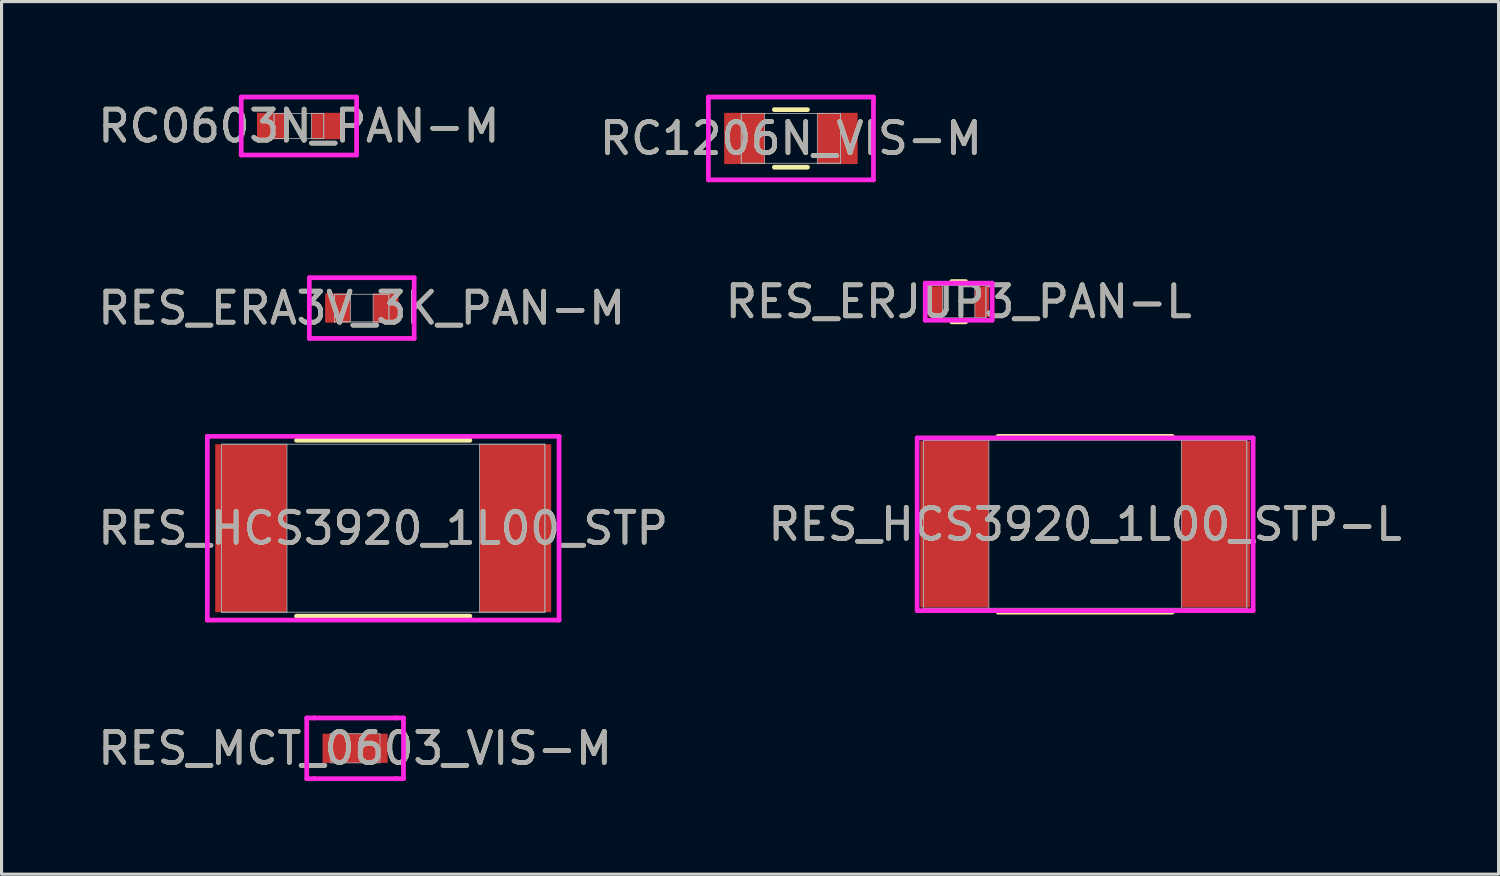
<source format=kicad_pcb>
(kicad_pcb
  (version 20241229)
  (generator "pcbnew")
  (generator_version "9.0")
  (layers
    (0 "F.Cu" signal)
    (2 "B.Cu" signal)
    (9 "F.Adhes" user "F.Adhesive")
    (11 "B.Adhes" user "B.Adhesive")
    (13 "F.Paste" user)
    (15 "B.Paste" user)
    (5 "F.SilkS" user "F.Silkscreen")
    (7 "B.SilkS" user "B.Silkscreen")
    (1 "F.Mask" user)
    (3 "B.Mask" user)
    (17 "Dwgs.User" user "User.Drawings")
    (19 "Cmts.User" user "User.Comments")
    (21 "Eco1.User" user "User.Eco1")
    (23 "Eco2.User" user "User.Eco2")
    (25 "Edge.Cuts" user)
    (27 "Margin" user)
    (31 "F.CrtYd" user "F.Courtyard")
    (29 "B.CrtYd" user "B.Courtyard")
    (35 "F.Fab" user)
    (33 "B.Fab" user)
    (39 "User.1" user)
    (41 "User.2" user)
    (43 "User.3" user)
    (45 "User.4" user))
  (footprint "RC1206N_VIS-M"
    (layer "F.Cu")
    (at 22.423 1.409)
    (property "Reference" "RC1206N_VIS-M" (at 0 0 0) (unlocked yes) (layer "F.SilkS") (effects (font (size 1 1) (thickness 0.15))))
    (attr smd)
    (fp_line (start -0.533 0.927) (end 0.533 0.927) (stroke (width 0.152) (type solid)) (layer "F.SilkS"))
    (fp_line (start 0.533 -0.927) (end -0.533 -0.927) (stroke (width 0.152) (type solid)) (layer "F.SilkS"))
    (fp_line (start -2.658 -1.333) (end 2.658 -1.333) (stroke (width 0.152) (type solid)) (layer "F.CrtYd"))
    (fp_line (start -2.658 1.333) (end -2.658 -1.333) (stroke (width 0.152) (type solid)) (layer "F.CrtYd"))
    (fp_line (start 2.658 -1.333) (end 2.658 1.333) (stroke (width 0.152) (type solid)) (layer "F.CrtYd"))
    (fp_line (start 2.658 1.333) (end -2.658 1.333) (stroke (width 0.152) (type solid)) (layer "F.CrtYd"))
    (fp_line (start -1.6 -0.8) (end -1.6 0.8) (stroke (width 0.025) (type solid)) (layer "F.Fab"))
    (fp_line (start -1.6 -0.8) (end -1.6 0.8) (stroke (width 0.025) (type solid)) (layer "F.Fab"))
    (fp_line (start -1.6 0.8) (end -0.85 0.8) (stroke (width 0.025) (type solid)) (layer "F.Fab"))
    (fp_line (start -1.6 0.8) (end 1.6 0.8) (stroke (width 0.025) (type solid)) (layer "F.Fab"))
    (fp_line (start -0.85 -0.8) (end -1.6 -0.8) (stroke (width 0.025) (type solid)) (layer "F.Fab"))
    (fp_line (start -0.85 0.8) (end -0.85 -0.8) (stroke (width 0.025) (type solid)) (layer "F.Fab"))
    (fp_line (start 0.85 -0.8) (end 0.85 0.8) (stroke (width 0.025) (type solid)) (layer "F.Fab"))
    (fp_line (start 0.85 0.8) (end 1.6 0.8) (stroke (width 0.025) (type solid)) (layer "F.Fab"))
    (fp_line (start 1.6 -0.8) (end -1.6 -0.8) (stroke (width 0.025) (type solid)) (layer "F.Fab"))
    (fp_line (start 1.6 -0.8) (end 0.85 -0.8) (stroke (width 0.025) (type solid)) (layer "F.Fab"))
    (fp_line (start 1.6 0.8) (end 1.6 -0.8) (stroke (width 0.025) (type solid)) (layer "F.Fab"))
    (fp_line (start 1.6 0.8) (end 1.6 -0.8) (stroke (width 0.025) (type solid)) (layer "F.Fab"))
    (fp_text user "${REFERENCE}" (at 0 0 0) (unlocked yes) (layer "F.Fab") (effects (font (size 1 1) (thickness 0.15))))
    (pad "1" smd rect (at -1.5 0) (size 1.3 1.65) (layers "F.Cu" "F.Mask" "F.Paste"))
    (pad "2" smd rect (at 1.5 0) (size 1.3 1.65) (layers "F.Cu" "F.Mask" "F.Paste"))
    (zone (net_name "") (layer "F.Cu") (hatch full 0.508) (connect_pads) (min_thickness 0.254) (filled_areas_thickness no) (keepout (tracks not_allowed) (vias not_allowed) (pads allowed) (copperpour not_allowed) (footprints allowed)) (placement (enabled no)) (fill) (polygon (pts (xy 21.623 0.66) (xy 23.222 0.66) (xy 23.222 2.158) (xy 21.623 2.158)))))
  (footprint "RC0603N_PAN-M"
    (layer "F.Cu")
    (at 6.577 1.009)
    (property "Reference" "RC0603N_PAN-M" (at 0 0 0) (unlocked yes) (layer "F.SilkS") (effects (font (size 1 1) (thickness 0.15))))
    (attr smd)
    (fp_line (start -1.858 -0.933) (end 1.858 -0.933) (stroke (width 0.152) (type solid)) (layer "F.CrtYd"))
    (fp_line (start -1.858 0.933) (end -1.858 -0.933) (stroke (width 0.152) (type solid)) (layer "F.CrtYd"))
    (fp_line (start 1.858 -0.933) (end 1.858 0.933) (stroke (width 0.152) (type solid)) (layer "F.CrtYd"))
    (fp_line (start 1.858 0.933) (end -1.858 0.933) (stroke (width 0.152) (type solid)) (layer "F.CrtYd"))
    (fp_line (start -0.8 -0.4) (end -0.8 0.4) (stroke (width 0.025) (type solid)) (layer "F.Fab"))
    (fp_line (start -0.8 -0.4) (end -0.8 0.4) (stroke (width 0.025) (type solid)) (layer "F.Fab"))
    (fp_line (start -0.8 0.4) (end -0.4 0.4) (stroke (width 0.025) (type solid)) (layer "F.Fab"))
    (fp_line (start -0.8 0.4) (end 0.8 0.4) (stroke (width 0.025) (type solid)) (layer "F.Fab"))
    (fp_line (start -0.4 -0.4) (end -0.8 -0.4) (stroke (width 0.025) (type solid)) (layer "F.Fab"))
    (fp_line (start -0.4 0.4) (end -0.4 -0.4) (stroke (width 0.025) (type solid)) (layer "F.Fab"))
    (fp_line (start 0.4 -0.4) (end 0.4 0.4) (stroke (width 0.025) (type solid)) (layer "F.Fab"))
    (fp_line (start 0.4 0.4) (end 0.8 0.4) (stroke (width 0.025) (type solid)) (layer "F.Fab"))
    (fp_line (start 0.8 -0.4) (end -0.8 -0.4) (stroke (width 0.025) (type solid)) (layer "F.Fab"))
    (fp_line (start 0.8 -0.4) (end 0.4 -0.4) (stroke (width 0.025) (type solid)) (layer "F.Fab"))
    (fp_line (start 0.8 0.4) (end 0.8 -0.4) (stroke (width 0.025) (type solid)) (layer "F.Fab"))
    (fp_line (start 0.8 0.4) (end 0.8 -0.4) (stroke (width 0.025) (type solid)) (layer "F.Fab"))
    (fp_text user "${REFERENCE}" (at 0 0 0) (unlocked yes) (layer "F.Fab") (effects (font (size 1 1) (thickness 0.15))))
    (pad "1" smd rect (at -0.875 0) (size 0.95 0.85) (layers "F.Cu" "F.Mask" "F.Paste"))
    (pad "2" smd rect (at 0.875 0) (size 0.95 0.85) (layers "F.Cu" "F.Mask" "F.Paste"))
    (zone (net_name "") (layer "F.Cu") (hatch full 0.508) (connect_pads) (min_thickness 0.254) (filled_areas_thickness no) (keepout (tracks not_allowed) (vias not_allowed) (pads allowed) (copperpour not_allowed) (footprints allowed)) (placement (enabled no)) (fill) (polygon (pts (xy 6.228 0.66) (xy 6.927 0.66) (xy 6.927 1.358) (xy 6.228 1.358)))))
  (footprint "RES_MCT_0603_VIS-M"
    (layer "F.Cu")
    (at 8.387 21.051)
    (property "Reference" "RES_MCT_0603_VIS-M" (at 0 0 0) (unlocked yes) (layer "F.SilkS") (effects (font (size 1 1) (thickness 0.15))))
    (attr smd)
    (fp_line (start -1.558 -0.978) (end -1.308 -0.978) (stroke (width 0.152) (type solid)) (layer "F.CrtYd"))
    (fp_line (start -1.558 0.978) (end -1.558 -0.978) (stroke (width 0.152) (type solid)) (layer "F.CrtYd"))
    (fp_line (start -1.308 -0.978) (end -1.308 -0.978) (stroke (width 0.152) (type solid)) (layer "F.CrtYd"))
    (fp_line (start -1.308 -0.978) (end 1.308 -0.978) (stroke (width 0.152) (type solid)) (layer "F.CrtYd"))
    (fp_line (start -1.308 0.978) (end -1.558 0.978) (stroke (width 0.152) (type solid)) (layer "F.CrtYd"))
    (fp_line (start -1.308 0.978) (end -1.308 0.978) (stroke (width 0.152) (type solid)) (layer "F.CrtYd"))
    (fp_line (start 1.308 -0.978) (end 1.308 -0.978) (stroke (width 0.152) (type solid)) (layer "F.CrtYd"))
    (fp_line (start 1.308 -0.978) (end 1.558 -0.978) (stroke (width 0.152) (type solid)) (layer "F.CrtYd"))
    (fp_line (start 1.308 0.978) (end -1.308 0.978) (stroke (width 0.152) (type solid)) (layer "F.CrtYd"))
    (fp_line (start 1.308 0.978) (end 1.308 0.978) (stroke (width 0.152) (type solid)) (layer "F.CrtYd"))
    (fp_line (start 1.558 -0.978) (end 1.558 0.978) (stroke (width 0.152) (type solid)) (layer "F.CrtYd"))
    (fp_line (start 1.558 0.978) (end 1.308 0.978) (stroke (width 0.152) (type solid)) (layer "F.CrtYd"))
    (fp_line (start -0.8 -0.47) (end -0.8 0.47) (stroke (width 0.025) (type solid)) (layer "F.Fab"))
    (fp_line (start -0.8 0.47) (end 0.8 0.47) (stroke (width 0.025) (type solid)) (layer "F.Fab"))
    (fp_line (start 0.8 -0.47) (end -0.8 -0.47) (stroke (width 0.025) (type solid)) (layer "F.Fab"))
    (fp_line (start 0.8 0.47) (end 0.8 -0.47) (stroke (width 0.025) (type solid)) (layer "F.Fab"))
    (fp_text user "${REFERENCE}" (at 0 0 0) (unlocked yes) (layer "F.Fab") (effects (font (size 1 1) (thickness 0.15))))
    (pad "1" smd rect (at -0.296 0 90) (size 0.94 1.507) (layers "F.Cu" "F.Mask" "F.Paste"))
    (pad "2" smd rect (at 0.296 0 90) (size 0.94 1.507) (layers "F.Cu" "F.Mask" "F.Paste"))
    (zone (net_name "") (layer "F.Cu") (hatch full 0.508) (connect_pads) (min_thickness 0.254) (filled_areas_thickness no) (keepout (tracks not_allowed) (vias not_allowed) (pads allowed) (copperpour not_allowed) (footprints allowed)) (placement (enabled no)) (fill) (polygon (pts (xy 7.638 20.632) (xy 9.136 20.632) (xy 9.136 20.531) (xy 7.638 20.531))))
    (zone (net_name "") (layer "F.Cu") (hatch full 0.508) (connect_pads) (min_thickness 0.254) (filled_areas_thickness no) (keepout (tracks not_allowed) (vias not_allowed) (pads allowed) (copperpour not_allowed) (footprints allowed)) (placement (enabled no)) (fill) (polygon (pts (xy 7.638 21.572) (xy 9.136 21.572) (xy 9.136 21.47) (xy 7.638 21.47))))
    (zone (net_name "") (layer "F.Cu") (hatch full 0.508) (connect_pads) (min_thickness 0.254) (filled_areas_thickness no) (keepout (tracks not_allowed) (vias not_allowed) (pads allowed) (copperpour not_allowed) (footprints allowed)) (placement (enabled no)) (fill) (polygon (pts (xy 8.895 20.531) (xy 7.879 20.531) (xy 7.879 21.572) (xy 8.895 21.572)))))
  (footprint "RES_HCS3920_1L00_STP-L"
    (layer "F.Cu")
    (at 31.899 13.835)
    (property "Reference" "RES_HCS3920_1L00_STP-L" (at 0 0 0) (unlocked yes) (layer "F.SilkS") (effects (font (size 1 1) (thickness 0.15))))
    (attr smd)
    (fp_line (start -2.803 2.832) (end 2.803 2.832) (stroke (width 0.152) (type solid)) (layer "F.SilkS"))
    (fp_line (start 2.803 -2.832) (end -2.803 -2.832) (stroke (width 0.152) (type solid)) (layer "F.SilkS"))
    (fp_line (start -5.41 -2.781) (end 5.41 -2.781) (stroke (width 0.152) (type solid)) (layer "F.CrtYd"))
    (fp_line (start -5.41 2.781) (end -5.41 -2.781) (stroke (width 0.152) (type solid)) (layer "F.CrtYd"))
    (fp_line (start 5.41 -2.781) (end 5.41 2.781) (stroke (width 0.152) (type solid)) (layer "F.CrtYd"))
    (fp_line (start 5.41 2.781) (end -5.41 2.781) (stroke (width 0.152) (type solid)) (layer "F.CrtYd"))
    (fp_line (start -5.207 -2.705) (end -5.207 2.705) (stroke (width 0.025) (type solid)) (layer "F.Fab"))
    (fp_line (start -5.207 -2.705) (end -5.207 2.705) (stroke (width 0.025) (type solid)) (layer "F.Fab"))
    (fp_line (start -5.207 2.705) (end -3.099 2.705) (stroke (width 0.025) (type solid)) (layer "F.Fab"))
    (fp_line (start -5.207 2.705) (end 5.207 2.705) (stroke (width 0.025) (type solid)) (layer "F.Fab"))
    (fp_line (start -3.099 -2.705) (end -5.207 -2.705) (stroke (width 0.025) (type solid)) (layer "F.Fab"))
    (fp_line (start -3.099 2.705) (end -3.099 -2.705) (stroke (width 0.025) (type solid)) (layer "F.Fab"))
    (fp_line (start 3.099 -2.705) (end 3.099 2.705) (stroke (width 0.025) (type solid)) (layer "F.Fab"))
    (fp_line (start 3.099 2.705) (end 5.207 2.705) (stroke (width 0.025) (type solid)) (layer "F.Fab"))
    (fp_line (start 5.207 -2.705) (end -5.207 -2.705) (stroke (width 0.025) (type solid)) (layer "F.Fab"))
    (fp_line (start 5.207 -2.705) (end 3.099 -2.705) (stroke (width 0.025) (type solid)) (layer "F.Fab"))
    (fp_line (start 5.207 2.705) (end 5.207 -2.705) (stroke (width 0.025) (type solid)) (layer "F.Fab"))
    (fp_line (start 5.207 2.705) (end 5.207 -2.705) (stroke (width 0.025) (type solid)) (layer "F.Fab"))
    (fp_text user "${REFERENCE}" (at 0 0 0) (unlocked yes) (layer "F.Fab") (effects (font (size 1 1) (thickness 0.15))))
    (pad "1" smd rect (at -4.204 0) (size 2.21 5.359) (layers "F.Cu" "F.Mask" "F.Paste"))
    (pad "2" smd rect (at 4.204 0) (size 2.21 5.359) (layers "F.Cu" "F.Mask" "F.Paste"))
    (zone (net_name "") (layer "F.Cu") (hatch full 0.508) (connect_pads) (min_thickness 0.254) (filled_areas_thickness no) (keepout (tracks not_allowed) (vias not_allowed) (pads allowed) (copperpour not_allowed) (footprints allowed)) (placement (enabled no)) (fill) (polygon (pts (xy 28.851 11.181) (xy 34.947 11.181) (xy 34.947 16.489) (xy 28.851 16.489)))))
  (footprint "RES_ERA3V_3K_PAN-M"
    (layer "F.Cu")
    (at 8.601 6.872)
    (property "Reference" "RES_ERA3V_3K_PAN-M" (at 0 0 0) (unlocked yes) (layer "F.SilkS") (effects (font (size 1 1) (thickness 0.15))))
    (attr smd)
    (fp_line (start -1.688 -0.978) (end 1.688 -0.978) (stroke (width 0.152) (type solid)) (layer "F.CrtYd"))
    (fp_line (start -1.688 0.978) (end -1.688 -0.978) (stroke (width 0.152) (type solid)) (layer "F.CrtYd"))
    (fp_line (start 1.688 -0.978) (end 1.688 0.978) (stroke (width 0.152) (type solid)) (layer "F.CrtYd"))
    (fp_line (start 1.688 0.978) (end -1.688 0.978) (stroke (width 0.152) (type solid)) (layer "F.CrtYd"))
    (fp_line (start -0.875 -0.445) (end -0.875 0.445) (stroke (width 0.025) (type solid)) (layer "F.Fab"))
    (fp_line (start -0.875 -0.445) (end -0.875 0.445) (stroke (width 0.025) (type solid)) (layer "F.Fab"))
    (fp_line (start -0.875 0.445) (end -0.367 0.445) (stroke (width 0.025) (type solid)) (layer "F.Fab"))
    (fp_line (start -0.875 0.445) (end 0.875 0.445) (stroke (width 0.025) (type solid)) (layer "F.Fab"))
    (fp_line (start -0.367 -0.445) (end -0.875 -0.445) (stroke (width 0.025) (type solid)) (layer "F.Fab"))
    (fp_line (start -0.367 0.445) (end -0.367 -0.445) (stroke (width 0.025) (type solid)) (layer "F.Fab"))
    (fp_line (start 0.367 -0.445) (end 0.367 0.445) (stroke (width 0.025) (type solid)) (layer "F.Fab"))
    (fp_line (start 0.367 0.445) (end 0.875 0.445) (stroke (width 0.025) (type solid)) (layer "F.Fab"))
    (fp_line (start 0.875 -0.445) (end -0.875 -0.445) (stroke (width 0.025) (type solid)) (layer "F.Fab"))
    (fp_line (start 0.875 -0.445) (end 0.367 -0.445) (stroke (width 0.025) (type solid)) (layer "F.Fab"))
    (fp_line (start 0.875 0.445) (end 0.875 -0.445) (stroke (width 0.025) (type solid)) (layer "F.Fab"))
    (fp_line (start 0.875 0.445) (end 0.875 -0.445) (stroke (width 0.025) (type solid)) (layer "F.Fab"))
    (fp_text user "${REFERENCE}" (at 0 0 0) (unlocked yes) (layer "F.Fab") (effects (font (size 1 1) (thickness 0.15))))
    (pad "1" smd rect (at -0.773 0) (size 0.813 0.94) (layers "F.Cu" "F.Mask" "F.Paste"))
    (pad "2" smd rect (at 0.773 0) (size 0.813 0.94) (layers "F.Cu" "F.Mask" "F.Paste"))
    (zone (net_name "") (layer "F.Cu") (hatch full 0.508) (connect_pads) (min_thickness 0.254) (filled_areas_thickness no) (keepout (tracks not_allowed) (vias not_allowed) (pads allowed) (copperpour not_allowed) (footprints allowed)) (placement (enabled no)) (fill) (polygon (pts (xy 8.285 6.479) (xy 8.917 6.479) (xy 8.917 7.266) (xy 8.285 7.266)))))
  (footprint "RES_HCS3920_1L00_STP"
    (layer "F.Cu")
    (at 9.292 13.962)
    (property "Reference" "RES_HCS3920_1L00_STP" (at 0 0 0) (unlocked yes) (layer "F.SilkS") (effects (font (size 1 1) (thickness 0.15))))
    (attr smd)
    (fp_line (start -2.791 2.832) (end 2.791 2.832) (stroke (width 0.152) (type solid)) (layer "F.SilkS"))
    (fp_line (start 2.791 -2.832) (end -2.791 -2.832) (stroke (width 0.152) (type solid)) (layer "F.SilkS"))
    (fp_line (start -5.664 -2.959) (end 5.664 -2.959) (stroke (width 0.152) (type solid)) (layer "F.CrtYd"))
    (fp_line (start -5.664 2.959) (end -5.664 -2.959) (stroke (width 0.152) (type solid)) (layer "F.CrtYd"))
    (fp_line (start 5.664 -2.959) (end 5.664 2.959) (stroke (width 0.152) (type solid)) (layer "F.CrtYd"))
    (fp_line (start 5.664 2.959) (end -5.664 2.959) (stroke (width 0.152) (type solid)) (layer "F.CrtYd"))
    (fp_line (start -5.207 -2.705) (end -5.207 2.705) (stroke (width 0.025) (type solid)) (layer "F.Fab"))
    (fp_line (start -5.207 -2.705) (end -5.207 2.705) (stroke (width 0.025) (type solid)) (layer "F.Fab"))
    (fp_line (start -5.207 2.705) (end -3.099 2.705) (stroke (width 0.025) (type solid)) (layer "F.Fab"))
    (fp_line (start -5.207 2.705) (end 5.207 2.705) (stroke (width 0.025) (type solid)) (layer "F.Fab"))
    (fp_line (start -3.099 -2.705) (end -5.207 -2.705) (stroke (width 0.025) (type solid)) (layer "F.Fab"))
    (fp_line (start -3.099 2.705) (end -3.099 -2.705) (stroke (width 0.025) (type solid)) (layer "F.Fab"))
    (fp_line (start 3.099 -2.705) (end 3.099 2.705) (stroke (width 0.025) (type solid)) (layer "F.Fab"))
    (fp_line (start 3.099 2.705) (end 5.207 2.705) (stroke (width 0.025) (type solid)) (layer "F.Fab"))
    (fp_line (start 5.207 -2.705) (end -5.207 -2.705) (stroke (width 0.025) (type solid)) (layer "F.Fab"))
    (fp_line (start 5.207 -2.705) (end 3.099 -2.705) (stroke (width 0.025) (type solid)) (layer "F.Fab"))
    (fp_line (start 5.207 2.705) (end 5.207 -2.705) (stroke (width 0.025) (type solid)) (layer "F.Fab"))
    (fp_line (start 5.207 2.705) (end 5.207 -2.705) (stroke (width 0.025) (type solid)) (layer "F.Fab"))
    (fp_text user "${REFERENCE}" (at 0 0 0) (unlocked yes) (layer "F.Fab") (effects (font (size 1 1) (thickness 0.15))))
    (pad "1" smd rect (at -4.255 0) (size 2.311 5.41) (layers "F.Cu" "F.Mask" "F.Paste"))
    (pad "2" smd rect (at 4.255 0) (size 2.311 5.41) (layers "F.Cu" "F.Mask" "F.Paste"))
    (zone (net_name "") (layer "F.Cu") (hatch full 0.508) (connect_pads) (min_thickness 0.254) (filled_areas_thickness no) (keepout (tracks not_allowed) (vias not_allowed) (pads allowed) (copperpour not_allowed) (footprints allowed)) (placement (enabled no)) (fill) (polygon (pts (xy 6.244 11.308) (xy 12.34 11.308) (xy 12.34 16.616) (xy 6.244 16.616)))))
  (footprint "RES_ERJUP3_PAN-L"
    (layer "F.Cu")
    (at 27.827 6.667)
    (property "Reference" "RES_ERJUP3_PAN-L" (at 0 0 0) (unlocked yes) (layer "F.SilkS") (effects (font (size 1 1) (thickness 0.15))))
    (attr smd)
    (fp_line (start -0.225 0.648) (end 0.225 0.648) (stroke (width 0.152) (type solid)) (layer "F.SilkS"))
    (fp_line (start 0.225 -0.648) (end -0.225 -0.648) (stroke (width 0.152) (type solid)) (layer "F.SilkS"))
    (fp_line (start -1.078 -0.597) (end 1.078 -0.597) (stroke (width 0.152) (type solid)) (layer "F.CrtYd"))
    (fp_line (start -1.078 0.597) (end -1.078 -0.597) (stroke (width 0.152) (type solid)) (layer "F.CrtYd"))
    (fp_line (start 1.078 -0.597) (end 1.078 0.597) (stroke (width 0.152) (type solid)) (layer "F.CrtYd"))
    (fp_line (start 1.078 0.597) (end -1.078 0.597) (stroke (width 0.152) (type solid)) (layer "F.CrtYd"))
    (fp_line (start -0.876 -0.521) (end -0.876 0.521) (stroke (width 0.025) (type solid)) (layer "F.Fab"))
    (fp_line (start -0.876 -0.521) (end -0.876 0.521) (stroke (width 0.025) (type solid)) (layer "F.Fab"))
    (fp_line (start -0.876 0.521) (end -0.521 0.521) (stroke (width 0.025) (type solid)) (layer "F.Fab"))
    (fp_line (start -0.876 0.521) (end 0.876 0.521) (stroke (width 0.025) (type solid)) (layer "F.Fab"))
    (fp_line (start -0.521 -0.521) (end -0.876 -0.521) (stroke (width 0.025) (type solid)) (layer "F.Fab"))
    (fp_line (start -0.521 0.521) (end -0.521 -0.521) (stroke (width 0.025) (type solid)) (layer "F.Fab"))
    (fp_line (start 0.521 -0.521) (end 0.521 0.521) (stroke (width 0.025) (type solid)) (layer "F.Fab"))
    (fp_line (start 0.521 0.521) (end 0.876 0.521) (stroke (width 0.025) (type solid)) (layer "F.Fab"))
    (fp_line (start 0.876 -0.521) (end -0.876 -0.521) (stroke (width 0.025) (type solid)) (layer "F.Fab"))
    (fp_line (start 0.876 -0.521) (end 0.521 -0.521) (stroke (width 0.025) (type solid)) (layer "F.Fab"))
    (fp_line (start 0.876 0.521) (end 0.876 -0.521) (stroke (width 0.025) (type solid)) (layer "F.Fab"))
    (fp_line (start 0.876 0.521) (end 0.876 -0.521) (stroke (width 0.025) (type solid)) (layer "F.Fab"))
    (fp_text user "${REFERENCE}" (at 0 0 0) (unlocked yes) (layer "F.Fab") (effects (font (size 1 1) (thickness 0.15))))
    (pad "1" smd rect (at -0.749 0) (size 0.456 0.991) (layers "F.Cu" "F.Mask" "F.Paste"))
    (pad "2" smd rect (at 0.749 0) (size 0.456 0.991) (layers "F.Cu" "F.Mask" "F.Paste"))
    (zone (net_name "") (layer "F.Cu") (hatch full 0.508) (connect_pads) (min_thickness 0.254) (filled_areas_thickness no) (keepout (tracks not_allowed) (vias not_allowed) (pads allowed) (copperpour not_allowed) (footprints allowed)) (placement (enabled no)) (fill) (polygon (pts (xy 27.357 6.197) (xy 28.297 6.197) (xy 28.297 7.137) (xy 27.357 7.137)))))
  (gr_rect
    (start -3 -3)
    (end 45.214 25.105)
    (stroke (width 0.1) (type default))
    (fill no)
    (layer "Edge.Cuts")))
</source>
